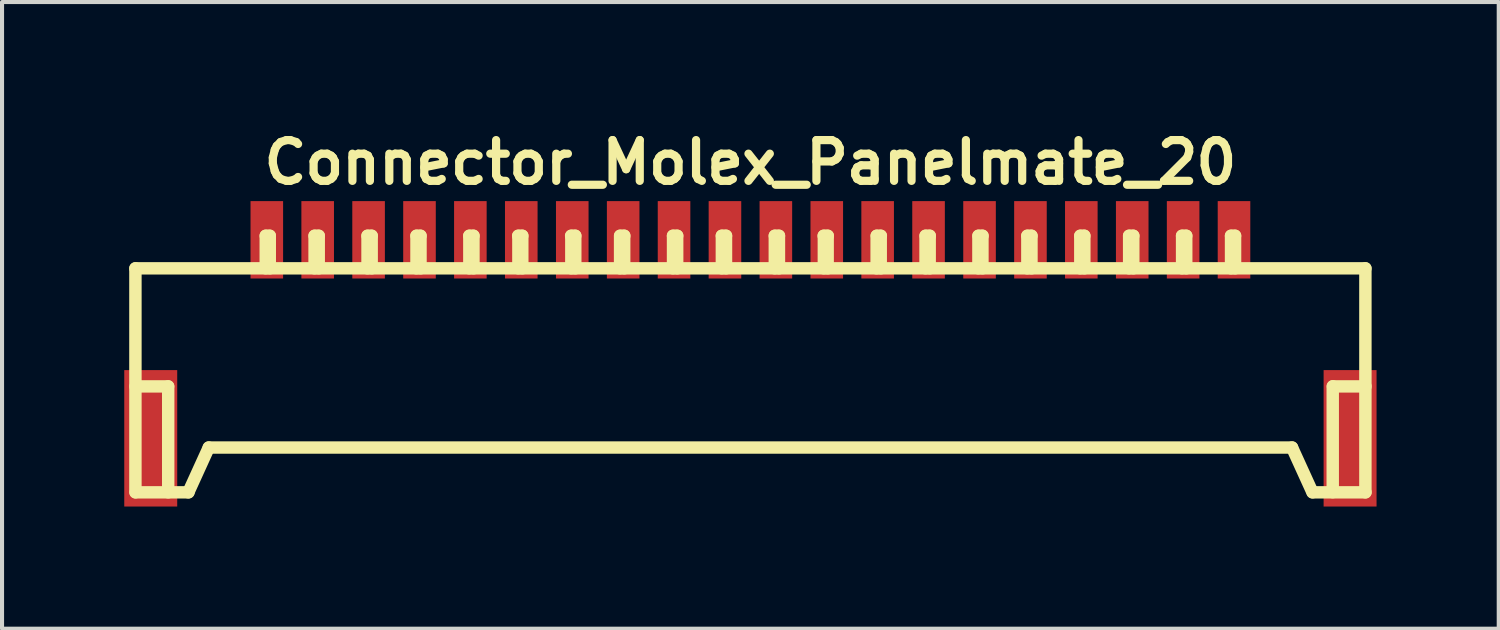
<source format=kicad_pcb>
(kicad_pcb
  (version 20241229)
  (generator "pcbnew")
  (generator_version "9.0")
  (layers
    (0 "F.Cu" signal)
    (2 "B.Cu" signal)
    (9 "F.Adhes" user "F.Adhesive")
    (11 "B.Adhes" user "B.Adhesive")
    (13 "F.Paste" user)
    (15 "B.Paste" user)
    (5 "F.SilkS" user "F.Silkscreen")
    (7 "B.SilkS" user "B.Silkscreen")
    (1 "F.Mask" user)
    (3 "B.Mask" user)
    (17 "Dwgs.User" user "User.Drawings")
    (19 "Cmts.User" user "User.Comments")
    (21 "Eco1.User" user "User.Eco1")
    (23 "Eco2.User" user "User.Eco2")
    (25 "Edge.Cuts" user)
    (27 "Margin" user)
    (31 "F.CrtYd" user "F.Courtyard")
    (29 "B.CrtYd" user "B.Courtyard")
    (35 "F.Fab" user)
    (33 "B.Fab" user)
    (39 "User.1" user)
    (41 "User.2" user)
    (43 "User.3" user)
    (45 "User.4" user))
  (footprint "Connector_Molex_Panelmate_20"
    (layer "F.Cu")
    (at 15.375 6.338)
    (property "Reference" "Connector_Molex_Panelmate_20" (at 0 -5.4 0) (layer "F.SilkS") (effects (font (size 1.001 1.001) (thickness 0.201))))
    (attr through_hole)
    (fp_line (start -15.1 -2.799) (end -15.1 2.7) (stroke (width 0.305) (type solid)) (layer "F.SilkS"))
    (fp_line (start -15.098 0.099) (end -14.298 0.099) (stroke (width 0.305) (type solid)) (layer "F.SilkS"))
    (fp_line (start -14.295 0.099) (end -14.295 2.7) (stroke (width 0.305) (type solid)) (layer "F.SilkS"))
    (fp_line (start -13.8 2.7) (end -13.299 1.6) (stroke (width 0.305) (type solid)) (layer "F.SilkS"))
    (fp_line (start -13.797 2.7) (end -15.095 2.7) (stroke (width 0.305) (type solid)) (layer "F.SilkS"))
    (fp_line (start -13.299 1.6) (end 13.299 1.6) (stroke (width 0.305) (type solid)) (layer "F.SilkS"))
    (fp_line (start -11.9 -3.599) (end -11.9 -2.799) (stroke (width 0.305) (type solid)) (layer "F.SilkS"))
    (fp_line (start -11.801 -3.599) (end -11.9 -3.599) (stroke (width 0.305) (type solid)) (layer "F.SilkS"))
    (fp_line (start -11.801 -2.799) (end -11.801 -3.599) (stroke (width 0.305) (type solid)) (layer "F.SilkS"))
    (fp_line (start -10.701 -3.599) (end -10.599 -3.599) (stroke (width 0.305) (type solid)) (layer "F.SilkS"))
    (fp_line (start -10.701 -2.799) (end -10.701 -3.599) (stroke (width 0.305) (type solid)) (layer "F.SilkS"))
    (fp_line (start -10.599 -3.599) (end -10.599 -2.799) (stroke (width 0.305) (type solid)) (layer "F.SilkS"))
    (fp_line (start -9.401 -3.599) (end -9.401 -2.799) (stroke (width 0.305) (type solid)) (layer "F.SilkS"))
    (fp_line (start -9.299 -3.599) (end -9.401 -3.599) (stroke (width 0.305) (type solid)) (layer "F.SilkS"))
    (fp_line (start -9.299 -2.799) (end -9.299 -3.599) (stroke (width 0.305) (type solid)) (layer "F.SilkS"))
    (fp_line (start -8.199 -3.599) (end -8.1 -3.599) (stroke (width 0.305) (type solid)) (layer "F.SilkS"))
    (fp_line (start -8.199 -2.799) (end -8.199 -3.599) (stroke (width 0.305) (type solid)) (layer "F.SilkS"))
    (fp_line (start -8.1 -3.599) (end -8.1 -2.799) (stroke (width 0.305) (type solid)) (layer "F.SilkS"))
    (fp_line (start -6.901 -3.599) (end -6.901 -2.799) (stroke (width 0.305) (type solid)) (layer "F.SilkS"))
    (fp_line (start -6.8 -3.599) (end -6.901 -3.599) (stroke (width 0.305) (type solid)) (layer "F.SilkS"))
    (fp_line (start -6.8 -2.799) (end -6.8 -3.599) (stroke (width 0.305) (type solid)) (layer "F.SilkS"))
    (fp_line (start -5.702 -3.599) (end -5.601 -3.599) (stroke (width 0.305) (type solid)) (layer "F.SilkS"))
    (fp_line (start -5.697 -2.799) (end -5.697 -3.599) (stroke (width 0.305) (type solid)) (layer "F.SilkS"))
    (fp_line (start -5.601 -3.599) (end -5.601 -2.799) (stroke (width 0.305) (type solid)) (layer "F.SilkS"))
    (fp_line (start -4.402 -3.599) (end -4.3 -3.599) (stroke (width 0.305) (type solid)) (layer "F.SilkS"))
    (fp_line (start -4.397 -2.799) (end -4.397 -3.599) (stroke (width 0.305) (type solid)) (layer "F.SilkS"))
    (fp_line (start -4.3 -3.599) (end -4.3 -2.799) (stroke (width 0.305) (type solid)) (layer "F.SilkS"))
    (fp_line (start -3.2 -3.599) (end -3.2 -2.799) (stroke (width 0.305) (type solid)) (layer "F.SilkS"))
    (fp_line (start -3.099 -3.599) (end -3.099 -2.799) (stroke (width 0.305) (type solid)) (layer "F.SilkS"))
    (fp_line (start -3.096 -3.599) (end -3.198 -3.599) (stroke (width 0.305) (type solid)) (layer "F.SilkS"))
    (fp_line (start -1.9 -3.599) (end -1.798 -3.599) (stroke (width 0.305) (type solid)) (layer "F.SilkS"))
    (fp_line (start -1.9 -2.799) (end -1.9 -3.599) (stroke (width 0.305) (type solid)) (layer "F.SilkS"))
    (fp_line (start -1.798 -3.599) (end -1.798 -2.799) (stroke (width 0.305) (type solid)) (layer "F.SilkS"))
    (fp_line (start -0.701 -3.599) (end -0.599 -3.599) (stroke (width 0.305) (type solid)) (layer "F.SilkS"))
    (fp_line (start -0.701 -2.799) (end -0.701 -3.599) (stroke (width 0.305) (type solid)) (layer "F.SilkS"))
    (fp_line (start -0.599 -3.599) (end -0.599 -2.799) (stroke (width 0.305) (type solid)) (layer "F.SilkS"))
    (fp_line (start 0.599 -3.599) (end 0.599 -2.799) (stroke (width 0.305) (type solid)) (layer "F.SilkS"))
    (fp_line (start 0.701 -3.599) (end 0.599 -3.599) (stroke (width 0.305) (type solid)) (layer "F.SilkS"))
    (fp_line (start 0.701 -2.799) (end 0.701 -3.599) (stroke (width 0.305) (type solid)) (layer "F.SilkS"))
    (fp_line (start 1.803 -3.599) (end 1.803 -2.799) (stroke (width 0.305) (type solid)) (layer "F.SilkS"))
    (fp_line (start 1.897 -3.599) (end 1.897 -2.799) (stroke (width 0.305) (type solid)) (layer "F.SilkS"))
    (fp_line (start 1.9 -3.599) (end 1.798 -3.599) (stroke (width 0.305) (type solid)) (layer "F.SilkS"))
    (fp_line (start 3.099 -3.599) (end 3.099 -2.799) (stroke (width 0.305) (type solid)) (layer "F.SilkS"))
    (fp_line (start 3.104 -3.599) (end 3.203 -3.599) (stroke (width 0.305) (type solid)) (layer "F.SilkS"))
    (fp_line (start 3.2 -2.799) (end 3.2 -3.599) (stroke (width 0.305) (type solid)) (layer "F.SilkS"))
    (fp_line (start 4.3 -3.599) (end 4.3 -2.799) (stroke (width 0.305) (type solid)) (layer "F.SilkS"))
    (fp_line (start 4.402 -2.799) (end 4.402 -3.599) (stroke (width 0.305) (type solid)) (layer "F.SilkS"))
    (fp_line (start 4.404 -3.599) (end 4.303 -3.599) (stroke (width 0.305) (type solid)) (layer "F.SilkS"))
    (fp_line (start 5.598 -3.599) (end 5.598 -2.799) (stroke (width 0.305) (type solid)) (layer "F.SilkS"))
    (fp_line (start 5.601 -3.599) (end 5.7 -3.599) (stroke (width 0.305) (type solid)) (layer "F.SilkS"))
    (fp_line (start 5.697 -2.799) (end 5.697 -3.599) (stroke (width 0.305) (type solid)) (layer "F.SilkS"))
    (fp_line (start 6.8 -3.599) (end 6.901 -3.599) (stroke (width 0.305) (type solid)) (layer "F.SilkS"))
    (fp_line (start 6.8 -2.799) (end 6.8 -3.599) (stroke (width 0.305) (type solid)) (layer "F.SilkS"))
    (fp_line (start 6.901 -3.599) (end 6.901 -2.799) (stroke (width 0.305) (type solid)) (layer "F.SilkS"))
    (fp_line (start 8.1 -3.599) (end 8.1 -2.799) (stroke (width 0.305) (type solid)) (layer "F.SilkS"))
    (fp_line (start 8.199 -3.599) (end 8.1 -3.599) (stroke (width 0.305) (type solid)) (layer "F.SilkS"))
    (fp_line (start 8.199 -2.799) (end 8.199 -3.599) (stroke (width 0.305) (type solid)) (layer "F.SilkS"))
    (fp_line (start 9.299 -3.599) (end 9.401 -3.599) (stroke (width 0.305) (type solid)) (layer "F.SilkS"))
    (fp_line (start 9.299 -2.799) (end 9.299 -3.599) (stroke (width 0.305) (type solid)) (layer "F.SilkS"))
    (fp_line (start 9.401 -3.599) (end 9.401 -2.799) (stroke (width 0.305) (type solid)) (layer "F.SilkS"))
    (fp_line (start 10.599 -3.599) (end 10.701 -3.599) (stroke (width 0.305) (type solid)) (layer "F.SilkS"))
    (fp_line (start 10.599 -2.799) (end 10.599 -3.599) (stroke (width 0.305) (type solid)) (layer "F.SilkS"))
    (fp_line (start 10.701 -3.599) (end 10.701 -2.799) (stroke (width 0.305) (type solid)) (layer "F.SilkS"))
    (fp_line (start 11.801 -3.599) (end 11.9 -3.599) (stroke (width 0.305) (type solid)) (layer "F.SilkS"))
    (fp_line (start 11.801 -2.799) (end 11.801 -3.599) (stroke (width 0.305) (type solid)) (layer "F.SilkS"))
    (fp_line (start 11.9 -3.599) (end 11.9 -2.799) (stroke (width 0.305) (type solid)) (layer "F.SilkS"))
    (fp_line (start 13.299 1.6) (end 13.8 2.7) (stroke (width 0.305) (type solid)) (layer "F.SilkS"))
    (fp_line (start 13.805 2.7) (end 15.103 2.7) (stroke (width 0.305) (type solid)) (layer "F.SilkS"))
    (fp_line (start 14.298 0.097) (end 14.298 2.697) (stroke (width 0.305) (type solid)) (layer "F.SilkS"))
    (fp_line (start 15.1 -2.799) (end -15.1 -2.799) (stroke (width 0.305) (type solid)) (layer "F.SilkS"))
    (fp_line (start 15.1 -2.799) (end 15.1 2.7) (stroke (width 0.305) (type solid)) (layer "F.SilkS"))
    (fp_line (start 15.103 0.099) (end 14.303 0.099) (stroke (width 0.305) (type solid)) (layer "F.SilkS"))
    (pad "1" smd rect (at -11.874 -3.5) (size 0.8 1.9) (layers "F.Cu" "F.Mask" "F.Paste"))
    (pad "2" smd rect (at -10.625 -3.5) (size 0.8 1.9) (layers "F.Cu" "F.Mask" "F.Paste"))
    (pad "3" smd rect (at -9.375 -3.5) (size 0.8 1.9) (layers "F.Cu" "F.Mask" "F.Paste"))
    (pad "4" smd rect (at -8.125 -3.5) (size 0.8 1.9) (layers "F.Cu" "F.Mask" "F.Paste"))
    (pad "5" smd rect (at -6.876 -3.5) (size 0.8 1.9) (layers "F.Cu" "F.Mask" "F.Paste"))
    (pad "6" smd rect (at -5.626 -3.5) (size 0.8 1.9) (layers "F.Cu" "F.Mask" "F.Paste"))
    (pad "7" smd rect (at -4.374 -3.5) (size 0.8 1.9) (layers "F.Cu" "F.Mask" "F.Paste"))
    (pad "8" smd rect (at -3.124 -3.5) (size 0.8 1.9) (layers "F.Cu" "F.Mask" "F.Paste"))
    (pad "9" smd rect (at -1.875 -3.5) (size 0.8 1.9) (layers "F.Cu" "F.Mask" "F.Paste"))
    (pad "10" smd rect (at -0.625 -3.5) (size 0.8 1.9) (layers "F.Cu" "F.Mask" "F.Paste"))
    (pad "11" smd rect (at 0.625 -3.5) (size 0.8 1.9) (layers "F.Cu" "F.Mask" "F.Paste"))
    (pad "12" smd rect (at 1.875 -3.5) (size 0.8 1.9) (layers "F.Cu" "F.Mask" "F.Paste"))
    (pad "13" smd rect (at 3.124 -3.5) (size 0.8 1.9) (layers "F.Cu" "F.Mask" "F.Paste"))
    (pad "14" smd rect (at 4.374 -3.5) (size 0.8 1.9) (layers "F.Cu" "F.Mask" "F.Paste"))
    (pad "15" smd rect (at 5.626 -3.5) (size 0.8 1.9) (layers "F.Cu" "F.Mask" "F.Paste"))
    (pad "16" smd rect (at 6.876 -3.5) (size 0.8 1.9) (layers "F.Cu" "F.Mask" "F.Paste"))
    (pad "17" smd rect (at 8.125 -3.5) (size 0.8 1.9) (layers "F.Cu" "F.Mask" "F.Paste"))
    (pad "18" smd rect (at 9.375 -3.5) (size 0.8 1.9) (layers "F.Cu" "F.Mask" "F.Paste"))
    (pad "19" smd rect (at 10.625 -3.5) (size 0.8 1.9) (layers "F.Cu" "F.Mask" "F.Paste"))
    (pad "20" smd rect (at 11.874 -3.5) (size 0.8 1.9) (layers "F.Cu" "F.Mask" "F.Paste"))
    (pad "21" smd rect (at -14.724 1.374) (size 1.3 3.35) (layers "F.Cu" "F.Mask" "F.Paste"))
    (pad "21" smd rect (at 14.724 1.374) (size 1.3 3.35) (layers "F.Cu" "F.Mask" "F.Paste")))
  (gr_rect
    (start -3 -3)
    (end 33.749 12.387)
    (stroke (width 0.1) (type default))
    (fill no)
    (layer "Edge.Cuts")))
</source>
